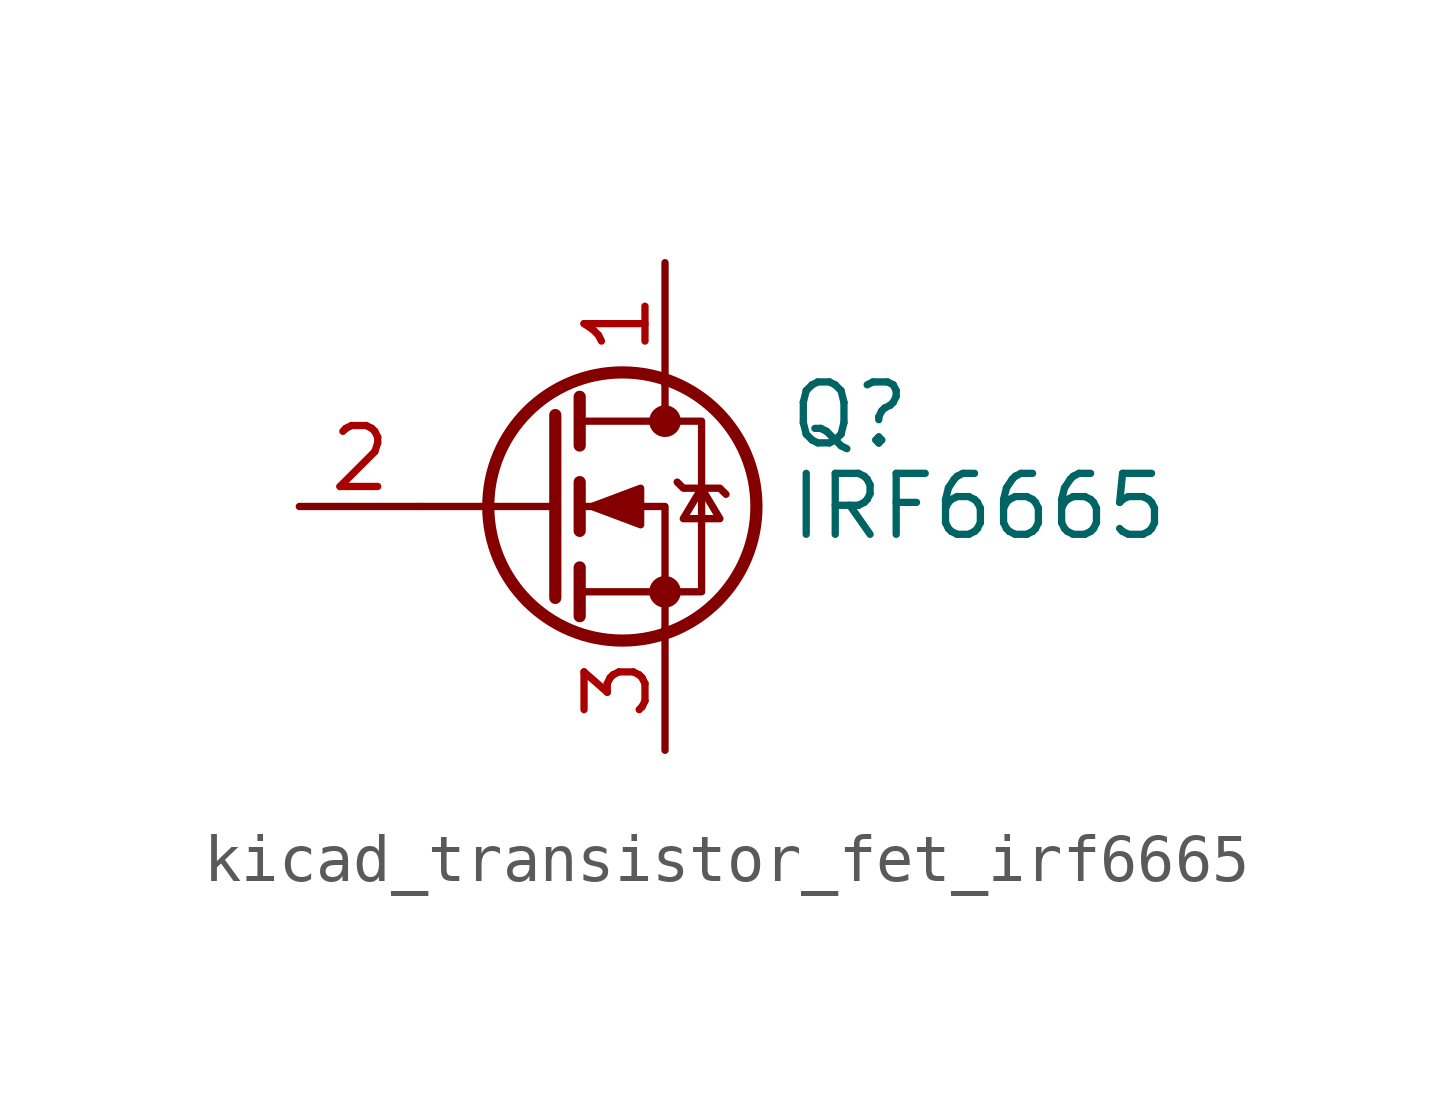
<source format=kicad_sym>
(kicad_symbol_lib
  (version 20220914)
  (generator kicad_symbol_editor)
  (symbol "kicad_transistor_fet_irf6665"
    (pin_names hide)
    (property "Reference" "Q"
      (at 5.08 1.905 0)
      (effects (font (size 1.27 1.27)) (justify left)))
    (property "Value" "IRF6665"
      (at 5.08 0 0)
      (effects (font (size 1.27 1.27)) (justify left)))
    (symbol "kicad_transistor_fet_irf6665_0_1"
      (polyline (pts (xy 0.254 0) (xy -2.54 0)) (stroke (width 0) (type default)) (fill (type none)))
      (polyline (pts (xy 0.254 1.905) (xy 0.254 -1.905)) (stroke (width 0.254) (type default)) (fill (type none)))
      (polyline (pts (xy 0.762 -1.27) (xy 0.762 -2.286)) (stroke (width 0.254) (type default)) (fill (type none)))
      (polyline (pts (xy 0.762 0.508) (xy 0.762 -0.508)) (stroke (width 0.254) (type default)) (fill (type none)))
      (polyline (pts (xy 0.762 2.286) (xy 0.762 1.27)) (stroke (width 0.254) (type default)) (fill (type none)))
      (polyline (pts (xy 2.54 2.54) (xy 2.54 1.778)) (stroke (width 0) (type default)) (fill (type none)))
      (polyline (pts (xy 2.54 -2.54) (xy 2.54 0) (xy 0.762 0)) (stroke (width 0) (type default)) (fill (type none)))
      (polyline (pts (xy 0.762 -1.778) (xy 3.302 -1.778) (xy 3.302 1.778) (xy 0.762 1.778)) (stroke (width 0) (type default)) (fill (type none)))
      (polyline (pts (xy 1.016 0) (xy 2.032 0.381) (xy 2.032 -0.381) (xy 1.016 0)) (stroke (width 0) (type default)) (fill (type outline)))
      (polyline (pts (xy 2.794 0.508) (xy 2.921 0.381) (xy 3.683 0.381) (xy 3.81 0.254)) (stroke (width 0) (type default)) (fill (type none)))
      (polyline (pts (xy 3.302 0.381) (xy 2.921 -0.254) (xy 3.683 -0.254) (xy 3.302 0.381)) (stroke (width 0) (type default)) (fill (type none)))
      (circle (center 1.651 0) (radius 2.794) (stroke (width 0.254) (type default)) (fill (type none)))
      (circle (center 2.54 -1.778) (radius 0.254) (stroke (width 0) (type default)) (fill (type outline)))
      (circle (center 2.54 1.778) (radius 0.254) (stroke (width 0) (type default)) (fill (type outline))))
    (symbol "kicad_transistor_fet_irf6665_1_1"
      (pin passive line (at 2.54 5.08 270) (length 2.54) (name "D" (effects (font (size 1.27 1.27)))) (number "1" (effects (font (size 1.27 1.27)))))
      (pin input line (at -5.08 0 0) (length 2.54) (name "G" (effects (font (size 1.27 1.27)))) (number "2" (effects (font (size 1.27 1.27)))))
      (pin passive line (at 2.54 -5.08 90) (length 2.54) (name "S" (effects (font (size 1.27 1.27)))) (number "3" (effects (font (size 1.27 1.27))))))))
</source>
